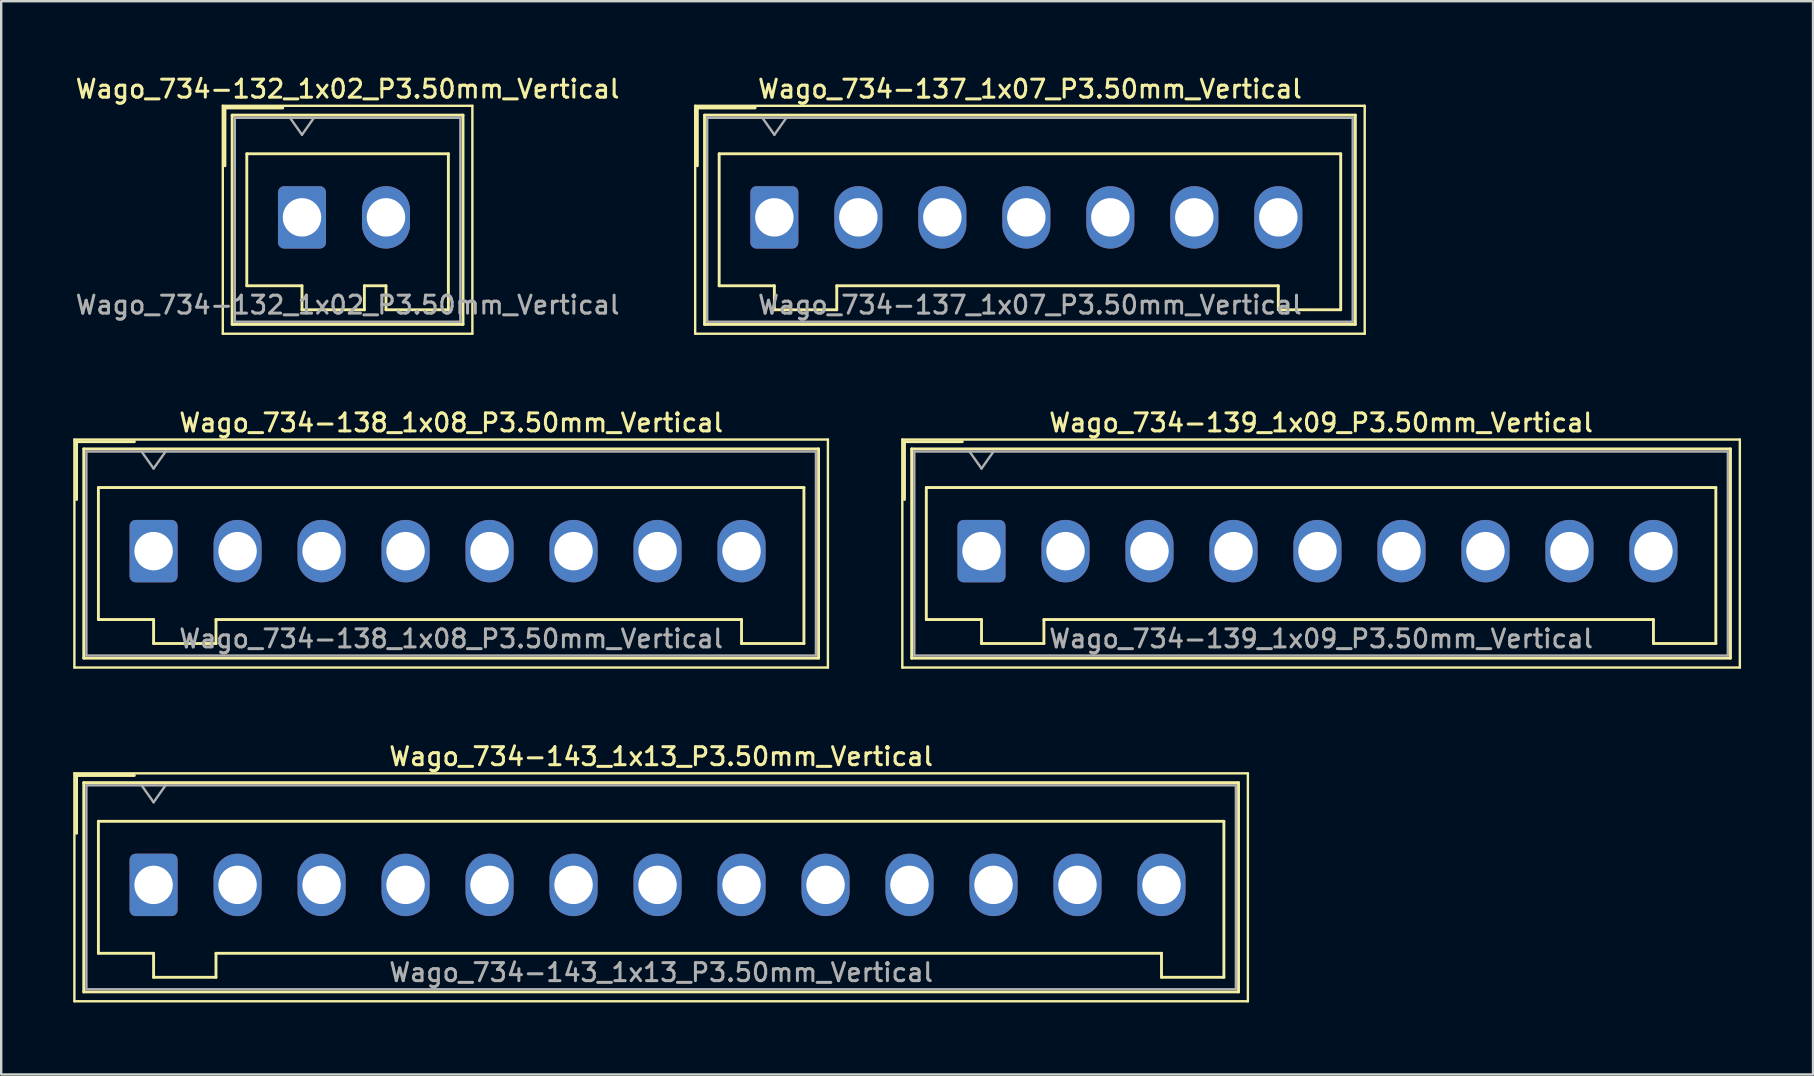
<source format=kicad_pcb>
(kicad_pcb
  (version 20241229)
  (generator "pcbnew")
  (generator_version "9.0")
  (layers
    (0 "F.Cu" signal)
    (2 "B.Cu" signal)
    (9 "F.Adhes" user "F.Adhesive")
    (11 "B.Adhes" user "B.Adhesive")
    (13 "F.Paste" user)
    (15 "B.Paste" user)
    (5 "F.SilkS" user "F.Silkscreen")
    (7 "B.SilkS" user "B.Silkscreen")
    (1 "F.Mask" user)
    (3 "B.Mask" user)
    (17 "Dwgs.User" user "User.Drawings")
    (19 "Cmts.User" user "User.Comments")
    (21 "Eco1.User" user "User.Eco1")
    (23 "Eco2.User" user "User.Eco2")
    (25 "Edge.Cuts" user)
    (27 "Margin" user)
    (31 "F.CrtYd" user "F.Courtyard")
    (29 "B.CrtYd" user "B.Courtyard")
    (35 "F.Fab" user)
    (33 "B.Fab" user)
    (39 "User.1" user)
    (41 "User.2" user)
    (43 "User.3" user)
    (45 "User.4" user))
  (footprint "Wago_734-132_1x02_P3.50mm_Vertical"
    (layer "F.Cu")
    (at 9.534 6.008)
    (property "Reference" "Wago_734-132_1x02_P3.50mm_Vertical" (at 1.9 -5.35 0) (layer "F.SilkS") (effects (font (size 0.75 0.75) (thickness 0.125))))
    (attr through_hole)
    (fp_line (start -3.3 -4.65) (end -3.3 4.85) (stroke (width 0.1) (type solid)) (layer "F.SilkS"))
    (fp_line (start -3.3 4.85) (end 7.1 4.85) (stroke (width 0.1) (type solid)) (layer "F.SilkS"))
    (fp_line (start -3.21 -4.56) (end -0.8 -4.56) (stroke (width 0.12) (type solid)) (layer "F.SilkS"))
    (fp_line (start -3.21 -2.15) (end -3.21 -4.56) (stroke (width 0.12) (type solid)) (layer "F.SilkS"))
    (fp_line (start -2.91 -4.26) (end -2.91 4.46) (stroke (width 0.12) (type solid)) (layer "F.SilkS"))
    (fp_line (start -2.91 4.46) (end 6.71 4.46) (stroke (width 0.12) (type solid)) (layer "F.SilkS"))
    (fp_line (start -2.3 -2.65) (end -2.3 2.85) (stroke (width 0.12) (type solid)) (layer "F.SilkS"))
    (fp_line (start -2.3 2.85) (end 0 2.85) (stroke (width 0.12) (type solid)) (layer "F.SilkS"))
    (fp_line (start 0 2.85) (end 0 3.85) (stroke (width 0.12) (type solid)) (layer "F.SilkS"))
    (fp_line (start 0 3.85) (end 2.6 3.85) (stroke (width 0.12) (type solid)) (layer "F.SilkS"))
    (fp_line (start 2.6 2.85) (end 3.5 2.85) (stroke (width 0.12) (type solid)) (layer "F.SilkS"))
    (fp_line (start 2.6 3.85) (end 2.6 2.85) (stroke (width 0.12) (type solid)) (layer "F.SilkS"))
    (fp_line (start 3.5 2.85) (end 3.5 3.85) (stroke (width 0.12) (type solid)) (layer "F.SilkS"))
    (fp_line (start 3.5 3.85) (end 6.1 3.85) (stroke (width 0.12) (type solid)) (layer "F.SilkS"))
    (fp_line (start 6.1 -2.65) (end -2.3 -2.65) (stroke (width 0.12) (type solid)) (layer "F.SilkS"))
    (fp_line (start 6.1 3.85) (end 6.1 -2.65) (stroke (width 0.12) (type solid)) (layer "F.SilkS"))
    (fp_line (start 6.71 -4.26) (end -2.91 -4.26) (stroke (width 0.12) (type solid)) (layer "F.SilkS"))
    (fp_line (start 6.71 4.46) (end 6.71 -4.26) (stroke (width 0.12) (type solid)) (layer "F.SilkS"))
    (fp_line (start 7.1 -4.65) (end -3.3 -4.65) (stroke (width 0.1) (type solid)) (layer "F.SilkS"))
    (fp_line (start 7.1 4.85) (end 7.1 -4.65) (stroke (width 0.1) (type solid)) (layer "F.SilkS"))
    (fp_line (start -2.8 -4.15) (end -2.8 4.35) (stroke (width 0.1) (type solid)) (layer "F.Fab"))
    (fp_line (start -2.8 4.35) (end 6.6 4.35) (stroke (width 0.1) (type solid)) (layer "F.Fab"))
    (fp_line (start -0.5 -4.15) (end 0 -3.443) (stroke (width 0.1) (type solid)) (layer "F.Fab"))
    (fp_line (start 0 -3.443) (end 0.5 -4.15) (stroke (width 0.1) (type solid)) (layer "F.Fab"))
    (fp_line (start 6.6 -4.15) (end -2.8 -4.15) (stroke (width 0.1) (type solid)) (layer "F.Fab"))
    (fp_line (start 6.6 4.35) (end 6.6 -4.15) (stroke (width 0.1) (type solid)) (layer "F.Fab"))
    (fp_text user "${REFERENCE}" (at 1.9 3.65 0) (layer "F.Fab") (effects (font (size 0.75 0.75) (thickness 0.125))))
    (pad "1" thru_hole roundrect (at 0 0) (size 2 2.6) (drill 1.6) (layers "*.Cu" "*.Mask") (roundrect_rratio 0.125))
    (pad "2" thru_hole oval (at 3.5 0) (size 2 2.6) (drill 1.6) (layers "*.Cu" "*.Mask")))
  (footprint "Wago_734-138_1x08_P3.50mm_Vertical"
    (layer "F.Cu")
    (at 3.35 19.916)
    (property "Reference" "Wago_734-138_1x08_P3.50mm_Vertical" (at 12.4 -5.35 0) (layer "F.SilkS") (effects (font (size 0.75 0.75) (thickness 0.125))))
    (attr through_hole)
    (fp_line (start -3.3 -4.65) (end -3.3 4.85) (stroke (width 0.1) (type solid)) (layer "F.SilkS"))
    (fp_line (start -3.3 4.85) (end 28.1 4.85) (stroke (width 0.1) (type solid)) (layer "F.SilkS"))
    (fp_line (start -3.21 -4.56) (end -0.8 -4.56) (stroke (width 0.12) (type solid)) (layer "F.SilkS"))
    (fp_line (start -3.21 -2.15) (end -3.21 -4.56) (stroke (width 0.12) (type solid)) (layer "F.SilkS"))
    (fp_line (start -2.91 -4.26) (end -2.91 4.46) (stroke (width 0.12) (type solid)) (layer "F.SilkS"))
    (fp_line (start -2.91 4.46) (end 27.71 4.46) (stroke (width 0.12) (type solid)) (layer "F.SilkS"))
    (fp_line (start -2.3 -2.65) (end -2.3 2.85) (stroke (width 0.12) (type solid)) (layer "F.SilkS"))
    (fp_line (start -2.3 2.85) (end 0 2.85) (stroke (width 0.12) (type solid)) (layer "F.SilkS"))
    (fp_line (start 0 2.85) (end 0 3.85) (stroke (width 0.12) (type solid)) (layer "F.SilkS"))
    (fp_line (start 0 3.85) (end 2.6 3.85) (stroke (width 0.12) (type solid)) (layer "F.SilkS"))
    (fp_line (start 2.6 2.85) (end 24.5 2.85) (stroke (width 0.12) (type solid)) (layer "F.SilkS"))
    (fp_line (start 2.6 3.85) (end 2.6 2.85) (stroke (width 0.12) (type solid)) (layer "F.SilkS"))
    (fp_line (start 24.5 2.85) (end 24.5 3.85) (stroke (width 0.12) (type solid)) (layer "F.SilkS"))
    (fp_line (start 24.5 3.85) (end 27.1 3.85) (stroke (width 0.12) (type solid)) (layer "F.SilkS"))
    (fp_line (start 27.1 -2.65) (end -2.3 -2.65) (stroke (width 0.12) (type solid)) (layer "F.SilkS"))
    (fp_line (start 27.1 3.85) (end 27.1 -2.65) (stroke (width 0.12) (type solid)) (layer "F.SilkS"))
    (fp_line (start 27.71 -4.26) (end -2.91 -4.26) (stroke (width 0.12) (type solid)) (layer "F.SilkS"))
    (fp_line (start 27.71 4.46) (end 27.71 -4.26) (stroke (width 0.12) (type solid)) (layer "F.SilkS"))
    (fp_line (start 28.1 -4.65) (end -3.3 -4.65) (stroke (width 0.1) (type solid)) (layer "F.SilkS"))
    (fp_line (start 28.1 4.85) (end 28.1 -4.65) (stroke (width 0.1) (type solid)) (layer "F.SilkS"))
    (fp_line (start -2.8 -4.15) (end -2.8 4.35) (stroke (width 0.1) (type solid)) (layer "F.Fab"))
    (fp_line (start -2.8 4.35) (end 27.6 4.35) (stroke (width 0.1) (type solid)) (layer "F.Fab"))
    (fp_line (start -0.5 -4.15) (end 0 -3.443) (stroke (width 0.1) (type solid)) (layer "F.Fab"))
    (fp_line (start 0 -3.443) (end 0.5 -4.15) (stroke (width 0.1) (type solid)) (layer "F.Fab"))
    (fp_line (start 27.6 -4.15) (end -2.8 -4.15) (stroke (width 0.1) (type solid)) (layer "F.Fab"))
    (fp_line (start 27.6 4.35) (end 27.6 -4.15) (stroke (width 0.1) (type solid)) (layer "F.Fab"))
    (fp_text user "${REFERENCE}" (at 12.4 3.65 0) (layer "F.Fab") (effects (font (size 0.75 0.75) (thickness 0.125))))
    (pad "1" thru_hole roundrect (at 0 0) (size 2 2.6) (drill 1.6) (layers "*.Cu" "*.Mask") (roundrect_rratio 0.125))
    (pad "2" thru_hole oval (at 3.5 0) (size 2 2.6) (drill 1.6) (layers "*.Cu" "*.Mask"))
    (pad "3" thru_hole oval (at 7 0) (size 2 2.6) (drill 1.6) (layers "*.Cu" "*.Mask"))
    (pad "4" thru_hole oval (at 10.5 0) (size 2 2.6) (drill 1.6) (layers "*.Cu" "*.Mask"))
    (pad "5" thru_hole oval (at 14 0) (size 2 2.6) (drill 1.6) (layers "*.Cu" "*.Mask"))
    (pad "6" thru_hole oval (at 17.5 0) (size 2 2.6) (drill 1.6) (layers "*.Cu" "*.Mask"))
    (pad "7" thru_hole oval (at 21 0) (size 2 2.6) (drill 1.6) (layers "*.Cu" "*.Mask"))
    (pad "8" thru_hole oval (at 24.5 0) (size 2 2.6) (drill 1.6) (layers "*.Cu" "*.Mask")))
  (footprint "Wago_734-139_1x09_P3.50mm_Vertical"
    (layer "F.Cu")
    (at 37.85 19.916)
    (property "Reference" "Wago_734-139_1x09_P3.50mm_Vertical" (at 14.15 -5.35 0) (layer "F.SilkS") (effects (font (size 0.75 0.75) (thickness 0.125))))
    (attr through_hole)
    (fp_line (start -3.3 -4.65) (end -3.3 4.85) (stroke (width 0.1) (type solid)) (layer "F.SilkS"))
    (fp_line (start -3.3 4.85) (end 31.6 4.85) (stroke (width 0.1) (type solid)) (layer "F.SilkS"))
    (fp_line (start -3.21 -4.56) (end -0.8 -4.56) (stroke (width 0.12) (type solid)) (layer "F.SilkS"))
    (fp_line (start -3.21 -2.15) (end -3.21 -4.56) (stroke (width 0.12) (type solid)) (layer "F.SilkS"))
    (fp_line (start -2.91 -4.26) (end -2.91 4.46) (stroke (width 0.12) (type solid)) (layer "F.SilkS"))
    (fp_line (start -2.91 4.46) (end 31.21 4.46) (stroke (width 0.12) (type solid)) (layer "F.SilkS"))
    (fp_line (start -2.3 -2.65) (end -2.3 2.85) (stroke (width 0.12) (type solid)) (layer "F.SilkS"))
    (fp_line (start -2.3 2.85) (end 0 2.85) (stroke (width 0.12) (type solid)) (layer "F.SilkS"))
    (fp_line (start 0 2.85) (end 0 3.85) (stroke (width 0.12) (type solid)) (layer "F.SilkS"))
    (fp_line (start 0 3.85) (end 2.6 3.85) (stroke (width 0.12) (type solid)) (layer "F.SilkS"))
    (fp_line (start 2.6 2.85) (end 28 2.85) (stroke (width 0.12) (type solid)) (layer "F.SilkS"))
    (fp_line (start 2.6 3.85) (end 2.6 2.85) (stroke (width 0.12) (type solid)) (layer "F.SilkS"))
    (fp_line (start 28 2.85) (end 28 3.85) (stroke (width 0.12) (type solid)) (layer "F.SilkS"))
    (fp_line (start 28 3.85) (end 30.6 3.85) (stroke (width 0.12) (type solid)) (layer "F.SilkS"))
    (fp_line (start 30.6 -2.65) (end -2.3 -2.65) (stroke (width 0.12) (type solid)) (layer "F.SilkS"))
    (fp_line (start 30.6 3.85) (end 30.6 -2.65) (stroke (width 0.12) (type solid)) (layer "F.SilkS"))
    (fp_line (start 31.21 -4.26) (end -2.91 -4.26) (stroke (width 0.12) (type solid)) (layer "F.SilkS"))
    (fp_line (start 31.21 4.46) (end 31.21 -4.26) (stroke (width 0.12) (type solid)) (layer "F.SilkS"))
    (fp_line (start 31.6 -4.65) (end -3.3 -4.65) (stroke (width 0.1) (type solid)) (layer "F.SilkS"))
    (fp_line (start 31.6 4.85) (end 31.6 -4.65) (stroke (width 0.1) (type solid)) (layer "F.SilkS"))
    (fp_line (start -2.8 -4.15) (end -2.8 4.35) (stroke (width 0.1) (type solid)) (layer "F.Fab"))
    (fp_line (start -2.8 4.35) (end 31.1 4.35) (stroke (width 0.1) (type solid)) (layer "F.Fab"))
    (fp_line (start -0.5 -4.15) (end 0 -3.443) (stroke (width 0.1) (type solid)) (layer "F.Fab"))
    (fp_line (start 0 -3.443) (end 0.5 -4.15) (stroke (width 0.1) (type solid)) (layer "F.Fab"))
    (fp_line (start 31.1 -4.15) (end -2.8 -4.15) (stroke (width 0.1) (type solid)) (layer "F.Fab"))
    (fp_line (start 31.1 4.35) (end 31.1 -4.15) (stroke (width 0.1) (type solid)) (layer "F.Fab"))
    (fp_text user "${REFERENCE}" (at 14.15 3.65 0) (layer "F.Fab") (effects (font (size 0.75 0.75) (thickness 0.125))))
    (pad "1" thru_hole roundrect (at 0 0) (size 2 2.6) (drill 1.6) (layers "*.Cu" "*.Mask") (roundrect_rratio 0.125))
    (pad "2" thru_hole oval (at 3.5 0) (size 2 2.6) (drill 1.6) (layers "*.Cu" "*.Mask"))
    (pad "3" thru_hole oval (at 7 0) (size 2 2.6) (drill 1.6) (layers "*.Cu" "*.Mask"))
    (pad "4" thru_hole oval (at 10.5 0) (size 2 2.6) (drill 1.6) (layers "*.Cu" "*.Mask"))
    (pad "5" thru_hole oval (at 14 0) (size 2 2.6) (drill 1.6) (layers "*.Cu" "*.Mask"))
    (pad "6" thru_hole oval (at 17.5 0) (size 2 2.6) (drill 1.6) (layers "*.Cu" "*.Mask"))
    (pad "7" thru_hole oval (at 21 0) (size 2 2.6) (drill 1.6) (layers "*.Cu" "*.Mask"))
    (pad "8" thru_hole oval (at 24.5 0) (size 2 2.6) (drill 1.6) (layers "*.Cu" "*.Mask"))
    (pad "9" thru_hole oval (at 28 0) (size 2 2.6) (drill 1.6) (layers "*.Cu" "*.Mask")))
  (footprint "Wago_734-143_1x13_P3.50mm_Vertical"
    (layer "F.Cu")
    (at 3.35 33.824)
    (property "Reference" "Wago_734-143_1x13_P3.50mm_Vertical" (at 21.15 -5.35 0) (layer "F.SilkS") (effects (font (size 0.75 0.75) (thickness 0.125))))
    (attr through_hole)
    (fp_line (start -3.3 -4.65) (end -3.3 4.85) (stroke (width 0.1) (type solid)) (layer "F.SilkS"))
    (fp_line (start -3.3 4.85) (end 45.6 4.85) (stroke (width 0.1) (type solid)) (layer "F.SilkS"))
    (fp_line (start -3.21 -4.56) (end -0.8 -4.56) (stroke (width 0.12) (type solid)) (layer "F.SilkS"))
    (fp_line (start -3.21 -2.15) (end -3.21 -4.56) (stroke (width 0.12) (type solid)) (layer "F.SilkS"))
    (fp_line (start -2.91 -4.26) (end -2.91 4.46) (stroke (width 0.12) (type solid)) (layer "F.SilkS"))
    (fp_line (start -2.91 4.46) (end 45.21 4.46) (stroke (width 0.12) (type solid)) (layer "F.SilkS"))
    (fp_line (start -2.3 -2.65) (end -2.3 2.85) (stroke (width 0.12) (type solid)) (layer "F.SilkS"))
    (fp_line (start -2.3 2.85) (end 0 2.85) (stroke (width 0.12) (type solid)) (layer "F.SilkS"))
    (fp_line (start 0 2.85) (end 0 3.85) (stroke (width 0.12) (type solid)) (layer "F.SilkS"))
    (fp_line (start 0 3.85) (end 2.6 3.85) (stroke (width 0.12) (type solid)) (layer "F.SilkS"))
    (fp_line (start 2.6 2.85) (end 42 2.85) (stroke (width 0.12) (type solid)) (layer "F.SilkS"))
    (fp_line (start 2.6 3.85) (end 2.6 2.85) (stroke (width 0.12) (type solid)) (layer "F.SilkS"))
    (fp_line (start 42 2.85) (end 42 3.85) (stroke (width 0.12) (type solid)) (layer "F.SilkS"))
    (fp_line (start 42 3.85) (end 44.6 3.85) (stroke (width 0.12) (type solid)) (layer "F.SilkS"))
    (fp_line (start 44.6 -2.65) (end -2.3 -2.65) (stroke (width 0.12) (type solid)) (layer "F.SilkS"))
    (fp_line (start 44.6 3.85) (end 44.6 -2.65) (stroke (width 0.12) (type solid)) (layer "F.SilkS"))
    (fp_line (start 45.21 -4.26) (end -2.91 -4.26) (stroke (width 0.12) (type solid)) (layer "F.SilkS"))
    (fp_line (start 45.21 4.46) (end 45.21 -4.26) (stroke (width 0.12) (type solid)) (layer "F.SilkS"))
    (fp_line (start 45.6 -4.65) (end -3.3 -4.65) (stroke (width 0.1) (type solid)) (layer "F.SilkS"))
    (fp_line (start 45.6 4.85) (end 45.6 -4.65) (stroke (width 0.1) (type solid)) (layer "F.SilkS"))
    (fp_line (start -2.8 -4.15) (end -2.8 4.35) (stroke (width 0.1) (type solid)) (layer "F.Fab"))
    (fp_line (start -2.8 4.35) (end 45.1 4.35) (stroke (width 0.1) (type solid)) (layer "F.Fab"))
    (fp_line (start -0.5 -4.15) (end 0 -3.443) (stroke (width 0.1) (type solid)) (layer "F.Fab"))
    (fp_line (start 0 -3.443) (end 0.5 -4.15) (stroke (width 0.1) (type solid)) (layer "F.Fab"))
    (fp_line (start 45.1 -4.15) (end -2.8 -4.15) (stroke (width 0.1) (type solid)) (layer "F.Fab"))
    (fp_line (start 45.1 4.35) (end 45.1 -4.15) (stroke (width 0.1) (type solid)) (layer "F.Fab"))
    (fp_text user "${REFERENCE}" (at 21.15 3.65 0) (layer "F.Fab") (effects (font (size 0.75 0.75) (thickness 0.125))))
    (pad "1" thru_hole roundrect (at 0 0) (size 2 2.6) (drill 1.6) (layers "*.Cu" "*.Mask") (roundrect_rratio 0.125))
    (pad "2" thru_hole oval (at 3.5 0) (size 2 2.6) (drill 1.6) (layers "*.Cu" "*.Mask"))
    (pad "3" thru_hole oval (at 7 0) (size 2 2.6) (drill 1.6) (layers "*.Cu" "*.Mask"))
    (pad "4" thru_hole oval (at 10.5 0) (size 2 2.6) (drill 1.6) (layers "*.Cu" "*.Mask"))
    (pad "5" thru_hole oval (at 14 0) (size 2 2.6) (drill 1.6) (layers "*.Cu" "*.Mask"))
    (pad "6" thru_hole oval (at 17.5 0) (size 2 2.6) (drill 1.6) (layers "*.Cu" "*.Mask"))
    (pad "7" thru_hole oval (at 21 0) (size 2 2.6) (drill 1.6) (layers "*.Cu" "*.Mask"))
    (pad "8" thru_hole oval (at 24.5 0) (size 2 2.6) (drill 1.6) (layers "*.Cu" "*.Mask"))
    (pad "9" thru_hole oval (at 28 0) (size 2 2.6) (drill 1.6) (layers "*.Cu" "*.Mask"))
    (pad "10" thru_hole oval (at 31.5 0) (size 2 2.6) (drill 1.6) (layers "*.Cu" "*.Mask"))
    (pad "11" thru_hole oval (at 35 0) (size 2 2.6) (drill 1.6) (layers "*.Cu" "*.Mask"))
    (pad "12" thru_hole oval (at 38.5 0) (size 2 2.6) (drill 1.6) (layers "*.Cu" "*.Mask"))
    (pad "13" thru_hole oval (at 42 0) (size 2 2.6) (drill 1.6) (layers "*.Cu" "*.Mask")))
  (footprint "Wago_734-137_1x07_P3.50mm_Vertical"
    (layer "F.Cu")
    (at 29.218 6.008)
    (property "Reference" "Wago_734-137_1x07_P3.50mm_Vertical" (at 10.65 -5.35 0) (layer "F.SilkS") (effects (font (size 0.75 0.75) (thickness 0.125))))
    (attr through_hole)
    (fp_line (start -3.3 -4.65) (end -3.3 4.85) (stroke (width 0.1) (type solid)) (layer "F.SilkS"))
    (fp_line (start -3.3 4.85) (end 24.6 4.85) (stroke (width 0.1) (type solid)) (layer "F.SilkS"))
    (fp_line (start -3.21 -4.56) (end -0.8 -4.56) (stroke (width 0.12) (type solid)) (layer "F.SilkS"))
    (fp_line (start -3.21 -2.15) (end -3.21 -4.56) (stroke (width 0.12) (type solid)) (layer "F.SilkS"))
    (fp_line (start -2.91 -4.26) (end -2.91 4.46) (stroke (width 0.12) (type solid)) (layer "F.SilkS"))
    (fp_line (start -2.91 4.46) (end 24.21 4.46) (stroke (width 0.12) (type solid)) (layer "F.SilkS"))
    (fp_line (start -2.3 -2.65) (end -2.3 2.85) (stroke (width 0.12) (type solid)) (layer "F.SilkS"))
    (fp_line (start -2.3 2.85) (end 0 2.85) (stroke (width 0.12) (type solid)) (layer "F.SilkS"))
    (fp_line (start 0 2.85) (end 0 3.85) (stroke (width 0.12) (type solid)) (layer "F.SilkS"))
    (fp_line (start 0 3.85) (end 2.6 3.85) (stroke (width 0.12) (type solid)) (layer "F.SilkS"))
    (fp_line (start 2.6 2.85) (end 21 2.85) (stroke (width 0.12) (type solid)) (layer "F.SilkS"))
    (fp_line (start 2.6 3.85) (end 2.6 2.85) (stroke (width 0.12) (type solid)) (layer "F.SilkS"))
    (fp_line (start 21 2.85) (end 21 3.85) (stroke (width 0.12) (type solid)) (layer "F.SilkS"))
    (fp_line (start 21 3.85) (end 23.6 3.85) (stroke (width 0.12) (type solid)) (layer "F.SilkS"))
    (fp_line (start 23.6 -2.65) (end -2.3 -2.65) (stroke (width 0.12) (type solid)) (layer "F.SilkS"))
    (fp_line (start 23.6 3.85) (end 23.6 -2.65) (stroke (width 0.12) (type solid)) (layer "F.SilkS"))
    (fp_line (start 24.21 -4.26) (end -2.91 -4.26) (stroke (width 0.12) (type solid)) (layer "F.SilkS"))
    (fp_line (start 24.21 4.46) (end 24.21 -4.26) (stroke (width 0.12) (type solid)) (layer "F.SilkS"))
    (fp_line (start 24.6 -4.65) (end -3.3 -4.65) (stroke (width 0.1) (type solid)) (layer "F.SilkS"))
    (fp_line (start 24.6 4.85) (end 24.6 -4.65) (stroke (width 0.1) (type solid)) (layer "F.SilkS"))
    (fp_line (start -2.8 -4.15) (end -2.8 4.35) (stroke (width 0.1) (type solid)) (layer "F.Fab"))
    (fp_line (start -2.8 4.35) (end 24.1 4.35) (stroke (width 0.1) (type solid)) (layer "F.Fab"))
    (fp_line (start -0.5 -4.15) (end 0 -3.443) (stroke (width 0.1) (type solid)) (layer "F.Fab"))
    (fp_line (start 0 -3.443) (end 0.5 -4.15) (stroke (width 0.1) (type solid)) (layer "F.Fab"))
    (fp_line (start 24.1 -4.15) (end -2.8 -4.15) (stroke (width 0.1) (type solid)) (layer "F.Fab"))
    (fp_line (start 24.1 4.35) (end 24.1 -4.15) (stroke (width 0.1) (type solid)) (layer "F.Fab"))
    (fp_text user "${REFERENCE}" (at 10.65 3.65 0) (layer "F.Fab") (effects (font (size 0.75 0.75) (thickness 0.125))))
    (pad "1" thru_hole roundrect (at 0 0) (size 2 2.6) (drill 1.6) (layers "*.Cu" "*.Mask") (roundrect_rratio 0.125))
    (pad "2" thru_hole oval (at 3.5 0) (size 2 2.6) (drill 1.6) (layers "*.Cu" "*.Mask"))
    (pad "3" thru_hole oval (at 7 0) (size 2 2.6) (drill 1.6) (layers "*.Cu" "*.Mask"))
    (pad "4" thru_hole oval (at 10.5 0) (size 2 2.6) (drill 1.6) (layers "*.Cu" "*.Mask"))
    (pad "5" thru_hole oval (at 14 0) (size 2 2.6) (drill 1.6) (layers "*.Cu" "*.Mask"))
    (pad "6" thru_hole oval (at 17.5 0) (size 2 2.6) (drill 1.6) (layers "*.Cu" "*.Mask"))
    (pad "7" thru_hole oval (at 21 0) (size 2 2.6) (drill 1.6) (layers "*.Cu" "*.Mask")))
  (gr_rect
    (start -3 -3)
    (end 72.5 41.724)
    (stroke (width 0.1) (type default))
    (fill no)
    (layer "Edge.Cuts")))
</source>
